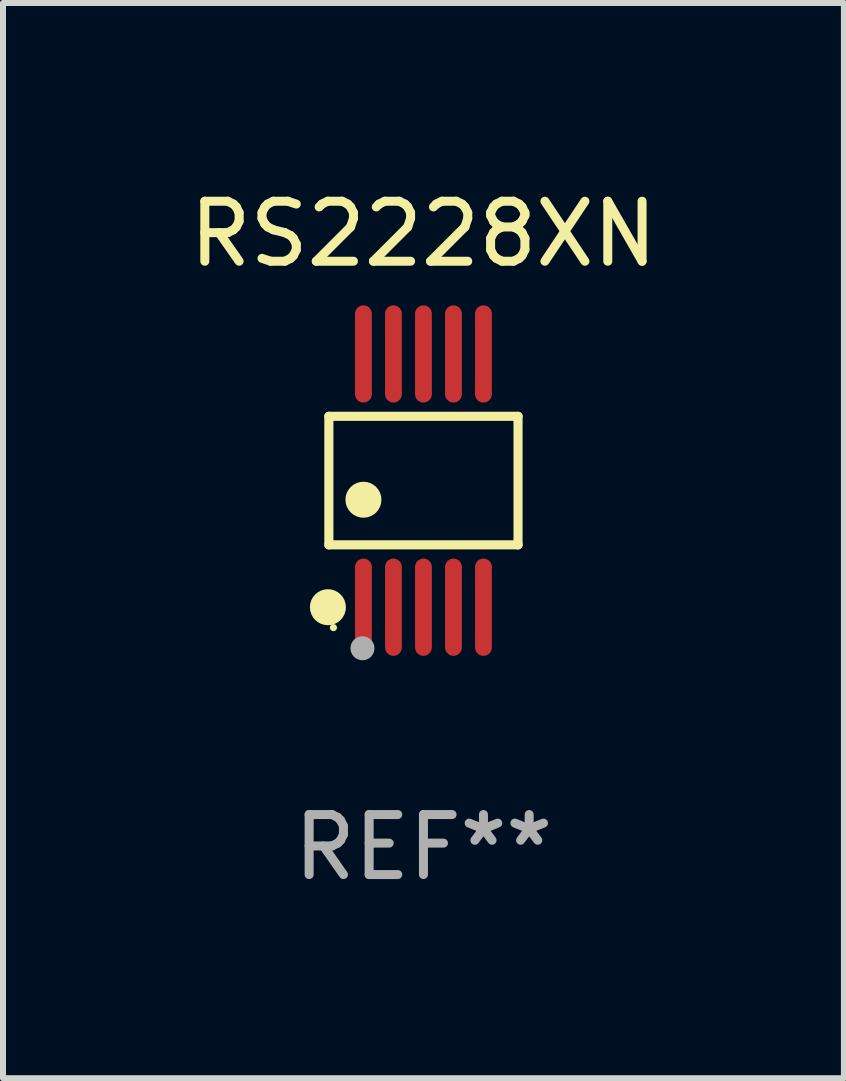
<source format=kicad_pcb>
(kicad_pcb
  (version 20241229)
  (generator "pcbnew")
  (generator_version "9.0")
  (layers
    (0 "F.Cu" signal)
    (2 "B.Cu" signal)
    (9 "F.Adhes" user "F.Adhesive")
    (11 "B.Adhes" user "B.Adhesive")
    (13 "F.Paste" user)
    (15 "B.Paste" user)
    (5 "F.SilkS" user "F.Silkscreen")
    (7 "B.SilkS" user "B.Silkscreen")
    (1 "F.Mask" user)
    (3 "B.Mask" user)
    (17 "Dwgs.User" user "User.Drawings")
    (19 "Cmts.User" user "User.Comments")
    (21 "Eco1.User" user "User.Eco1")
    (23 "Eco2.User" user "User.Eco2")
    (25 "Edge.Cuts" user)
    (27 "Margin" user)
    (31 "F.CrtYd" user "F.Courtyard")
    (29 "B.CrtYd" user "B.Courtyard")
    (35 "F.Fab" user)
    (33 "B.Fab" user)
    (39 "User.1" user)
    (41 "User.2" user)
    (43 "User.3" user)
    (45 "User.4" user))
  (footprint "RS2228XN"
    (layer "F.Cu")
    (at 4.006 4.958)
    (property "Reference" "RS2228XN" (at 0 -4.11 0) (layer "F.SilkS") (effects (font (size 1 1) (thickness 0.15))))
    (attr through_hole)
    (fp_line (start -1.576 -1.071) (end 1.576 -1.071) (stroke (width 0.152) (type solid)) (layer "F.SilkS"))
    (fp_line (start -1.576 1.071) (end -1.576 -1.071) (stroke (width 0.152) (type solid)) (layer "F.SilkS"))
    (fp_line (start 1.576 -1.071) (end 1.576 1.071) (stroke (width 0.152) (type solid)) (layer "F.SilkS"))
    (fp_line (start 1.576 1.071) (end -1.576 1.071) (stroke (width 0.152) (type solid)) (layer "F.SilkS"))
    (fp_circle (center -1.592 2.11) (end -1.442 2.11) (stroke (width 0.3) (type solid)) (fill no) (layer "F.SilkS"))
    (fp_circle (center -1.5 2.45) (end -1.47 2.45) (stroke (width 0.06) (type solid)) (fill no) (layer "F.SilkS"))
    (fp_circle (center -1 0.319) (end -0.85 0.319) (stroke (width 0.3) (type solid)) (fill no) (layer "F.SilkS"))
    (fp_circle (center -1.016 2.794) (end -0.916 2.794) (stroke (width 0.2) (type solid)) (fill no) (layer "F.Fab"))
    (fp_text user "REF**" (at 0 6.11 0) (layer "F.Fab") (effects (font (size 1 1) (thickness 0.15))))
    (pad "1" smd oval (at -1 2.11) (size 0.28 1.62) (layers "F.Cu" "F.Mask" "F.Paste"))
    (pad "2" smd oval (at -0.5 2.11) (size 0.28 1.62) (layers "F.Cu" "F.Mask" "F.Paste"))
    (pad "3" smd oval (at 0 2.11) (size 0.28 1.62) (layers "F.Cu" "F.Mask" "F.Paste"))
    (pad "4" smd oval (at 0.5 2.11) (size 0.28 1.62) (layers "F.Cu" "F.Mask" "F.Paste"))
    (pad "5" smd oval (at 1 2.11) (size 0.28 1.62) (layers "F.Cu" "F.Mask" "F.Paste"))
    (pad "6" smd oval (at 1 -2.11) (size 0.28 1.62) (layers "F.Cu" "F.Mask" "F.Paste"))
    (pad "7" smd oval (at 0.5 -2.11) (size 0.28 1.62) (layers "F.Cu" "F.Mask" "F.Paste"))
    (pad "8" smd oval (at 0 -2.11) (size 0.28 1.62) (layers "F.Cu" "F.Mask" "F.Paste"))
    (pad "9" smd oval (at -0.5 -2.11) (size 0.28 1.62) (layers "F.Cu" "F.Mask" "F.Paste"))
    (pad "10" smd oval (at -1 -2.11) (size 0.28 1.62) (layers "F.Cu" "F.Mask" "F.Paste")))
  (gr_rect
    (start -3 -3)
    (end 11.012 14.916)
    (stroke (width 0.1) (type default))
    (fill no)
    (layer "Edge.Cuts")))
</source>
